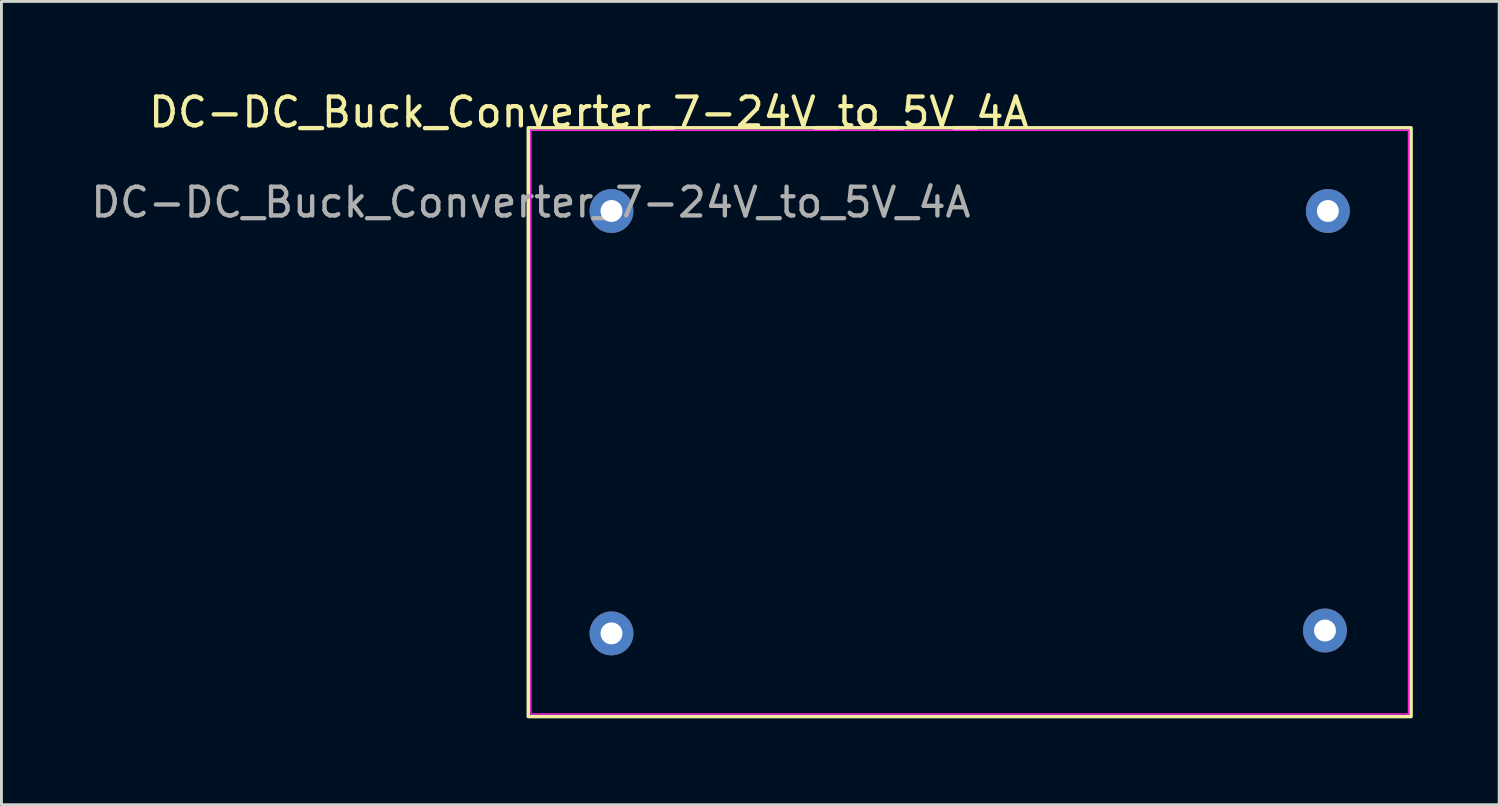
<source format=kicad_pcb>
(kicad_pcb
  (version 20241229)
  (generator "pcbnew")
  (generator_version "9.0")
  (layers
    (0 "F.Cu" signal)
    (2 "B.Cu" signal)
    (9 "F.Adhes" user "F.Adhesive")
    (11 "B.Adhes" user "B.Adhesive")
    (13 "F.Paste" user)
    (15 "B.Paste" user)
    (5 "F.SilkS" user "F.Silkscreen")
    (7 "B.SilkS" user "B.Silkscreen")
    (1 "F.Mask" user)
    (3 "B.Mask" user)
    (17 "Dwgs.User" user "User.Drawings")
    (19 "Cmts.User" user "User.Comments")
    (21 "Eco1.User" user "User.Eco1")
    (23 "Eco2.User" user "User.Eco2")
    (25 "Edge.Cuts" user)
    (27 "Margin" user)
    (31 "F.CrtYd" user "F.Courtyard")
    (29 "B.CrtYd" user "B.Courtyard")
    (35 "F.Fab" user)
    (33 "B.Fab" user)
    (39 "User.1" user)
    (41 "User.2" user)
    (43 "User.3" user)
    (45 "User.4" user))
  (footprint "DC-DC_Buck_Converter_7-24V_to_5V_4A"
    (layer "F.Cu")
    (at 15.387 1.478)
    (property "Reference" "DC-DC_Buck_Converter_7-24V_to_5V_4A" (at 2.01 -0.63 0) (unlocked yes) (layer "F.SilkS") (effects (font (size 1 1) (thickness 0.15))))
    (attr through_hole)
    (fp_rect (start -0.09 -0.09) (end 30.57 20.36) (stroke (width 0.12) (type solid)) (fill no) (layer "F.SilkS"))
    (fp_rect (start 0 0) (end 30.48 20.27) (stroke (width 0.05) (type solid)) (fill no) (layer "F.CrtYd"))
    (fp_rect (start 0 0) (end 2.8 2.8) (stroke (width 0.01) (type solid)) (fill no) (layer "User.1"))
    (fp_rect (start 0 20.27) (end 2.8 17.47) (stroke (width 0.01) (type solid)) (fill no) (layer "User.1"))
    (fp_rect (start 30.48 0) (end 27.68 2.8) (stroke (width 0.01) (type solid)) (fill no) (layer "User.1"))
    (fp_rect (start 30.48 20.27) (end 27.58 17.37) (stroke (width 0.01) (type solid)) (fill no) (layer "User.1"))
    (fp_text user "${REFERENCE}" (at 0 2.5 0) (unlocked yes) (layer "F.Fab") (effects (font (size 1 1) (thickness 0.15))))
    (pad "1" thru_hole circle (at 2.8 2.8) (size 1.524 1.524) (drill 0.762) (layers "*.Cu" "*.Mask"))
    (pad "2" thru_hole circle (at 2.8 17.47) (size 1.524 1.524) (drill 0.762) (layers "*.Cu" "*.Mask"))
    (pad "3" thru_hole circle (at 27.68 2.8) (size 1.524 1.524) (drill 0.762) (layers "*.Cu" "*.Mask"))
    (pad "4" thru_hole circle (at 27.58 17.37) (size 1.524 1.524) (drill 0.762) (layers "*.Cu" "*.Mask")))
  (gr_rect
    (start -3 -3)
    (end 49.017 24.898)
    (stroke (width 0.1) (type default))
    (fill no)
    (layer "Edge.Cuts")))
</source>
